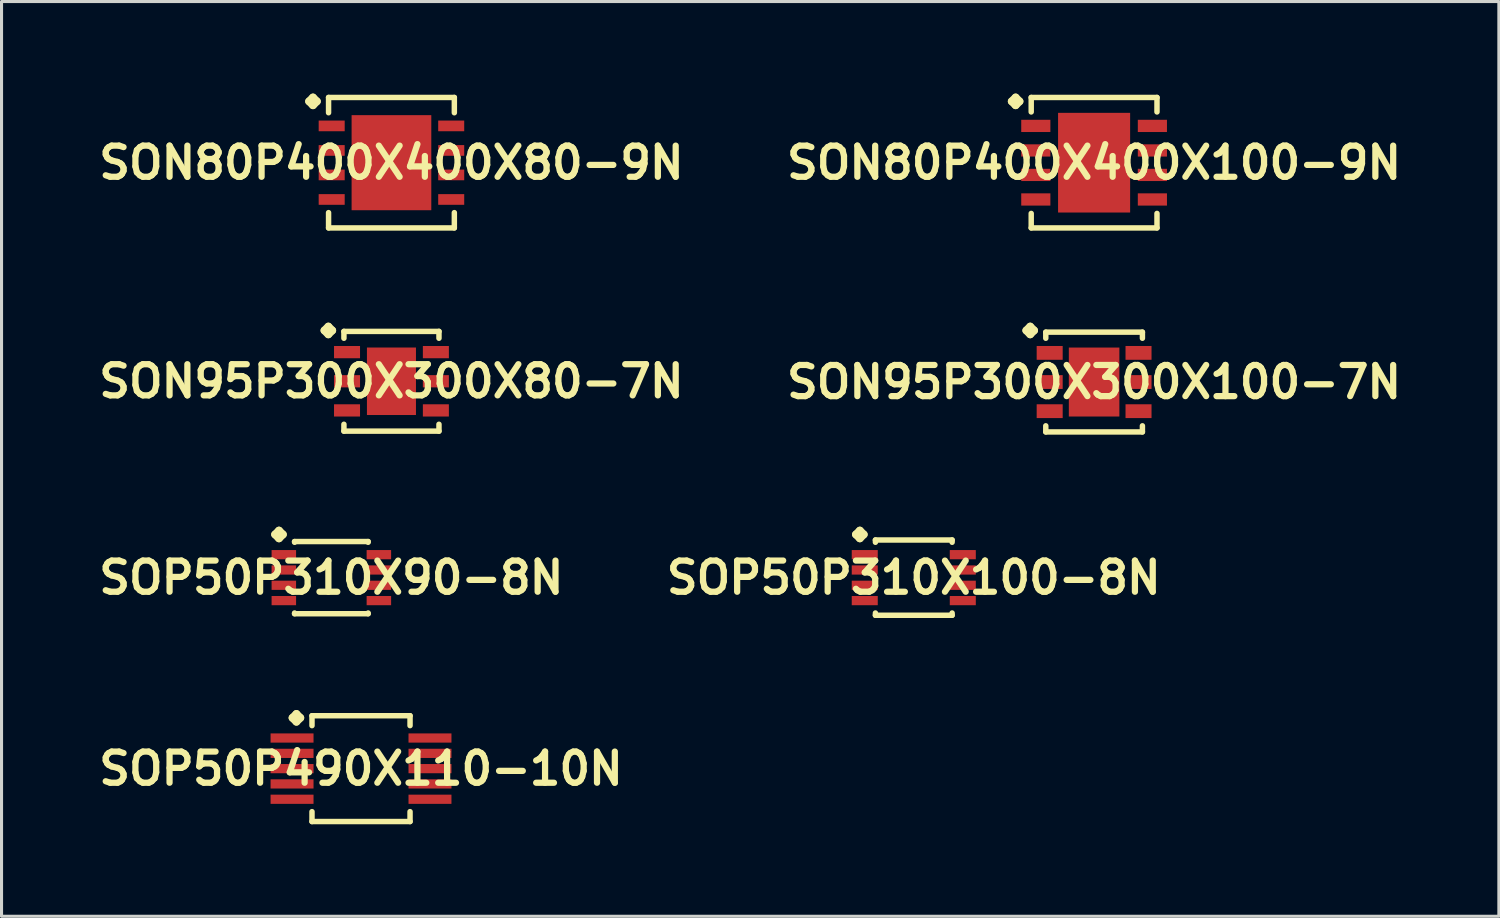
<source format=kicad_pcb>
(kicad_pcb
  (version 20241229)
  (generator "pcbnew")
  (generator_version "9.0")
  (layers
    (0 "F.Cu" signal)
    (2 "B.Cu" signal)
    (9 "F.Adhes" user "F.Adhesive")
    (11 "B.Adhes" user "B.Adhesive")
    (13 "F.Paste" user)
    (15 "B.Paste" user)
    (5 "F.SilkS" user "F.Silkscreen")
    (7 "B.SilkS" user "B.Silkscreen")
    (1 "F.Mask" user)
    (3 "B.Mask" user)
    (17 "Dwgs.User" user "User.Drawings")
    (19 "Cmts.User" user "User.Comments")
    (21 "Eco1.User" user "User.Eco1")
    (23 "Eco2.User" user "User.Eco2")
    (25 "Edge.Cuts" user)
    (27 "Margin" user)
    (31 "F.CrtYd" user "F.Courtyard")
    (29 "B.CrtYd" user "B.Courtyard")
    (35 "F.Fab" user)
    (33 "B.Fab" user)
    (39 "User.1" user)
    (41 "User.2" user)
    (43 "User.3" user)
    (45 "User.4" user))
  (footprint "SOP50P310X100-8N"
    (layer "F.Cu")
    (at 26.736 15.779)
    (property "Reference" "SOP50P310X100-8N" (at 0 0 0) (layer "F.SilkS") (effects (font (size 1.016 1.016) (thickness 0.203))))
    (attr smd)
    (fp_line (start -1.885 -1.407) (end -1.758 -1.534) (stroke (width 0.254) (type solid)) (layer "F.SilkS"))
    (fp_line (start -1.758 -1.534) (end -1.631 -1.407) (stroke (width 0.254) (type solid)) (layer "F.SilkS"))
    (fp_line (start -1.758 -1.28) (end -1.885 -1.407) (stroke (width 0.254) (type solid)) (layer "F.SilkS"))
    (fp_line (start -1.631 -1.407) (end -1.758 -1.28) (stroke (width 0.254) (type solid)) (layer "F.SilkS"))
    (fp_line (start -1.25 -1.227) (end 1.25 -1.227) (stroke (width 0.178) (type solid)) (layer "F.SilkS"))
    (fp_line (start -1.25 -1.153) (end -1.25 -1.227) (stroke (width 0.178) (type solid)) (layer "F.SilkS"))
    (fp_line (start -1.25 1.153) (end -1.25 1.227) (stroke (width 0.178) (type solid)) (layer "F.SilkS"))
    (fp_line (start -1.25 1.227) (end 1.25 1.227) (stroke (width 0.178) (type solid)) (layer "F.SilkS"))
    (fp_line (start 1.25 -1.227) (end 1.25 -1.153) (stroke (width 0.178) (type solid)) (layer "F.SilkS"))
    (fp_line (start 1.25 1.227) (end 1.25 1.153) (stroke (width 0.178) (type solid)) (layer "F.SilkS"))
    (pad "1" smd rect (at -1.598 -0.749) (size 0.848 0.3) (layers "F.Cu" "F.Mask" "F.Paste"))
    (pad "2" smd rect (at -1.598 -0.249) (size 0.848 0.3) (layers "F.Cu" "F.Mask" "F.Paste"))
    (pad "3" smd rect (at -1.598 0.249) (size 0.848 0.3) (layers "F.Cu" "F.Mask" "F.Paste"))
    (pad "4" smd rect (at -1.598 0.749) (size 0.848 0.3) (layers "F.Cu" "F.Mask" "F.Paste"))
    (pad "5" smd rect (at 1.598 0.749) (size 0.848 0.3) (layers "F.Cu" "F.Mask" "F.Paste"))
    (pad "6" smd rect (at 1.598 0.249) (size 0.848 0.3) (layers "F.Cu" "F.Mask" "F.Paste"))
    (pad "7" smd rect (at 1.598 -0.249) (size 0.848 0.3) (layers "F.Cu" "F.Mask" "F.Paste"))
    (pad "8" smd rect (at 1.598 -0.749) (size 0.848 0.3) (layers "F.Cu" "F.Mask" "F.Paste")))
  (footprint "SON80P400X400X80-9N"
    (layer "F.Cu")
    (at 9.71 2.253)
    (property "Reference" "SON80P400X400X80-9N" (at 0 0 0) (layer "F.SilkS") (effects (font (size 1.016 1.016) (thickness 0.203))))
    (attr smd)
    (fp_line (start -2.685 -1.999) (end -2.558 -2.126) (stroke (width 0.254) (type solid)) (layer "F.SilkS"))
    (fp_line (start -2.558 -2.126) (end -2.431 -1.999) (stroke (width 0.254) (type solid)) (layer "F.SilkS"))
    (fp_line (start -2.558 -1.872) (end -2.685 -1.999) (stroke (width 0.254) (type solid)) (layer "F.SilkS"))
    (fp_line (start -2.431 -1.999) (end -2.558 -1.872) (stroke (width 0.254) (type solid)) (layer "F.SilkS"))
    (fp_line (start -2.05 -2.126) (end 2.05 -2.126) (stroke (width 0.178) (type solid)) (layer "F.SilkS"))
    (fp_line (start -2.05 -1.628) (end -2.05 -2.126) (stroke (width 0.178) (type solid)) (layer "F.SilkS"))
    (fp_line (start -2.05 1.628) (end -2.05 2.126) (stroke (width 0.178) (type solid)) (layer "F.SilkS"))
    (fp_line (start -2.05 2.126) (end 2.05 2.126) (stroke (width 0.178) (type solid)) (layer "F.SilkS"))
    (fp_line (start 2.05 -2.126) (end 2.05 -1.628) (stroke (width 0.178) (type solid)) (layer "F.SilkS"))
    (fp_line (start 2.05 2.126) (end 2.05 1.628) (stroke (width 0.178) (type solid)) (layer "F.SilkS"))
    (pad "1" smd rect (at -1.948 -1.199) (size 0.848 0.348) (layers "F.Cu" "F.Mask" "F.Paste"))
    (pad "2" smd rect (at -1.948 -0.399) (size 0.848 0.348) (layers "F.Cu" "F.Mask" "F.Paste"))
    (pad "3" smd rect (at -1.948 0.399) (size 0.848 0.348) (layers "F.Cu" "F.Mask" "F.Paste"))
    (pad "4" smd rect (at -1.948 1.199) (size 0.848 0.348) (layers "F.Cu" "F.Mask" "F.Paste"))
    (pad "5" smd rect (at 1.948 1.199) (size 0.848 0.348) (layers "F.Cu" "F.Mask" "F.Paste"))
    (pad "6" smd rect (at 1.948 0.399) (size 0.848 0.348) (layers "F.Cu" "F.Mask" "F.Paste"))
    (pad "7" smd rect (at 1.948 -0.399) (size 0.848 0.348) (layers "F.Cu" "F.Mask" "F.Paste"))
    (pad "8" smd rect (at 1.948 -1.199) (size 0.848 0.348) (layers "F.Cu" "F.Mask" "F.Paste"))
    (pad "9" smd rect (at 0 0) (size 2.598 3.099) (layers "F.Cu" "F.Mask" "F.Paste")))
  (footprint "SOP50P490X110-10N"
    (layer "F.Cu")
    (at 8.718 22.005)
    (property "Reference" "SOP50P490X110-10N" (at 0 0 0) (layer "F.SilkS") (effects (font (size 1.016 1.016) (thickness 0.203))))
    (attr smd)
    (fp_line (start -2.233 -1.656) (end -2.106 -1.783) (stroke (width 0.254) (type solid)) (layer "F.SilkS"))
    (fp_line (start -2.106 -1.783) (end -1.979 -1.656) (stroke (width 0.254) (type solid)) (layer "F.SilkS"))
    (fp_line (start -2.106 -1.529) (end -2.233 -1.656) (stroke (width 0.254) (type solid)) (layer "F.SilkS"))
    (fp_line (start -1.979 -1.656) (end -2.106 -1.529) (stroke (width 0.254) (type solid)) (layer "F.SilkS"))
    (fp_line (start -1.598 -1.725) (end 1.598 -1.725) (stroke (width 0.178) (type solid)) (layer "F.SilkS"))
    (fp_line (start -1.598 -1.402) (end -1.598 -1.725) (stroke (width 0.178) (type solid)) (layer "F.SilkS"))
    (fp_line (start -1.598 1.402) (end -1.598 1.725) (stroke (width 0.178) (type solid)) (layer "F.SilkS"))
    (fp_line (start -1.598 1.725) (end 1.598 1.725) (stroke (width 0.178) (type solid)) (layer "F.SilkS"))
    (fp_line (start 1.598 -1.725) (end 1.598 -1.402) (stroke (width 0.178) (type solid)) (layer "F.SilkS"))
    (fp_line (start 1.598 1.725) (end 1.598 1.402) (stroke (width 0.178) (type solid)) (layer "F.SilkS"))
    (pad "1" smd rect (at -2.248 -0.998) (size 1.4 0.3) (layers "F.Cu" "F.Mask" "F.Paste"))
    (pad "2" smd rect (at -2.248 -0.498) (size 1.4 0.3) (layers "F.Cu" "F.Mask" "F.Paste"))
    (pad "3" smd rect (at -2.248 0) (size 1.4 0.3) (layers "F.Cu" "F.Mask" "F.Paste"))
    (pad "4" smd rect (at -2.248 0.498) (size 1.4 0.3) (layers "F.Cu" "F.Mask" "F.Paste"))
    (pad "5" smd rect (at -2.248 0.998) (size 1.4 0.3) (layers "F.Cu" "F.Mask" "F.Paste"))
    (pad "6" smd rect (at 2.248 0.998) (size 1.4 0.3) (layers "F.Cu" "F.Mask" "F.Paste"))
    (pad "7" smd rect (at 2.248 0.498) (size 1.4 0.3) (layers "F.Cu" "F.Mask" "F.Paste"))
    (pad "8" smd rect (at 2.248 0) (size 1.4 0.3) (layers "F.Cu" "F.Mask" "F.Paste"))
    (pad "9" smd rect (at 2.248 -0.498) (size 1.4 0.3) (layers "F.Cu" "F.Mask" "F.Paste"))
    (pad "10" smd rect (at 2.248 -0.998) (size 1.4 0.3) (layers "F.Cu" "F.Mask" "F.Paste")))
  (footprint "SON95P300X300X100-7N"
    (layer "F.Cu")
    (at 32.614 9.403)
    (property "Reference" "SON95P300X300X100-7N" (at 0 0 0) (layer "F.SilkS") (effects (font (size 1.016 1.016) (thickness 0.203))))
    (attr smd)
    (fp_line (start -2.21 -1.681) (end -2.083 -1.808) (stroke (width 0.254) (type solid)) (layer "F.SilkS"))
    (fp_line (start -2.083 -1.808) (end -1.956 -1.681) (stroke (width 0.254) (type solid)) (layer "F.SilkS"))
    (fp_line (start -2.083 -1.554) (end -2.21 -1.681) (stroke (width 0.254) (type solid)) (layer "F.SilkS"))
    (fp_line (start -1.956 -1.681) (end -2.083 -1.554) (stroke (width 0.254) (type solid)) (layer "F.SilkS"))
    (fp_line (start -1.575 -1.626) (end 1.575 -1.626) (stroke (width 0.178) (type solid)) (layer "F.SilkS"))
    (fp_line (start -1.575 -1.427) (end -1.575 -1.626) (stroke (width 0.178) (type solid)) (layer "F.SilkS"))
    (fp_line (start -1.575 1.427) (end -1.575 1.626) (stroke (width 0.178) (type solid)) (layer "F.SilkS"))
    (fp_line (start -1.575 1.626) (end 1.575 1.626) (stroke (width 0.178) (type solid)) (layer "F.SilkS"))
    (fp_line (start 1.575 -1.626) (end 1.575 -1.427) (stroke (width 0.178) (type solid)) (layer "F.SilkS"))
    (fp_line (start 1.575 1.626) (end 1.575 1.427) (stroke (width 0.178) (type solid)) (layer "F.SilkS"))
    (pad "1" smd rect (at -1.448 -0.95) (size 0.848 0.45) (layers "F.Cu" "F.Mask" "F.Paste"))
    (pad "2" smd rect (at -1.448 0) (size 0.848 0.45) (layers "F.Cu" "F.Mask" "F.Paste"))
    (pad "3" smd rect (at -1.448 0.95) (size 0.848 0.45) (layers "F.Cu" "F.Mask" "F.Paste"))
    (pad "4" smd rect (at 1.448 0.95) (size 0.848 0.45) (layers "F.Cu" "F.Mask" "F.Paste"))
    (pad "5" smd rect (at 1.448 0) (size 0.848 0.45) (layers "F.Cu" "F.Mask" "F.Paste"))
    (pad "6" smd rect (at 1.448 -0.95) (size 0.848 0.45) (layers "F.Cu" "F.Mask" "F.Paste"))
    (pad "7" smd rect (at 0 0) (size 1.648 2.248) (layers "F.Cu" "F.Mask" "F.Paste")))
  (footprint "SON80P400X400X100-9N"
    (layer "F.Cu")
    (at 32.614 2.253)
    (property "Reference" "SON80P400X400X100-9N" (at 0 0 0) (layer "F.SilkS") (effects (font (size 1.016 1.016) (thickness 0.203))))
    (attr smd)
    (fp_line (start -2.685 -1.999) (end -2.558 -2.126) (stroke (width 0.254) (type solid)) (layer "F.SilkS"))
    (fp_line (start -2.558 -2.126) (end -2.431 -1.999) (stroke (width 0.254) (type solid)) (layer "F.SilkS"))
    (fp_line (start -2.558 -1.872) (end -2.685 -1.999) (stroke (width 0.254) (type solid)) (layer "F.SilkS"))
    (fp_line (start -2.431 -1.999) (end -2.558 -1.872) (stroke (width 0.254) (type solid)) (layer "F.SilkS"))
    (fp_line (start -2.05 -2.126) (end 2.05 -2.126) (stroke (width 0.178) (type solid)) (layer "F.SilkS"))
    (fp_line (start -2.05 -1.654) (end -2.05 -2.126) (stroke (width 0.178) (type solid)) (layer "F.SilkS"))
    (fp_line (start -2.05 1.654) (end -2.05 2.126) (stroke (width 0.178) (type solid)) (layer "F.SilkS"))
    (fp_line (start -2.05 2.126) (end 2.05 2.126) (stroke (width 0.178) (type solid)) (layer "F.SilkS"))
    (fp_line (start 2.05 -2.126) (end 2.05 -1.654) (stroke (width 0.178) (type solid)) (layer "F.SilkS"))
    (fp_line (start 2.05 2.126) (end 2.05 1.654) (stroke (width 0.178) (type solid)) (layer "F.SilkS"))
    (pad "1" smd rect (at -1.9 -1.199) (size 0.95 0.399) (layers "F.Cu" "F.Mask" "F.Paste"))
    (pad "2" smd rect (at -1.9 -0.399) (size 0.95 0.399) (layers "F.Cu" "F.Mask" "F.Paste"))
    (pad "3" smd rect (at -1.9 0.399) (size 0.95 0.399) (layers "F.Cu" "F.Mask" "F.Paste"))
    (pad "4" smd rect (at -1.9 1.199) (size 0.95 0.399) (layers "F.Cu" "F.Mask" "F.Paste"))
    (pad "5" smd rect (at 1.9 1.199) (size 0.95 0.399) (layers "F.Cu" "F.Mask" "F.Paste"))
    (pad "6" smd rect (at 1.9 0.399) (size 0.95 0.399) (layers "F.Cu" "F.Mask" "F.Paste"))
    (pad "7" smd rect (at 1.9 -0.399) (size 0.95 0.399) (layers "F.Cu" "F.Mask" "F.Paste"))
    (pad "8" smd rect (at 1.9 -1.199) (size 0.95 0.399) (layers "F.Cu" "F.Mask" "F.Paste"))
    (pad "9" smd rect (at 0 0) (size 2.349 3.249) (layers "F.Cu" "F.Mask" "F.Paste")))
  (footprint "SOP50P310X90-8N"
    (layer "F.Cu")
    (at 7.751 15.779)
    (property "Reference" "SOP50P310X90-8N" (at 0 0 0) (layer "F.SilkS") (effects (font (size 1.016 1.016) (thickness 0.203))))
    (attr smd)
    (fp_line (start -1.834 -1.407) (end -1.707 -1.534) (stroke (width 0.254) (type solid)) (layer "F.SilkS"))
    (fp_line (start -1.707 -1.534) (end -1.58 -1.407) (stroke (width 0.254) (type solid)) (layer "F.SilkS"))
    (fp_line (start -1.707 -1.28) (end -1.834 -1.407) (stroke (width 0.254) (type solid)) (layer "F.SilkS"))
    (fp_line (start -1.58 -1.407) (end -1.707 -1.28) (stroke (width 0.254) (type solid)) (layer "F.SilkS"))
    (fp_line (start -1.199 -1.176) (end 1.199 -1.176) (stroke (width 0.178) (type solid)) (layer "F.SilkS"))
    (fp_line (start -1.199 -1.153) (end -1.199 -1.176) (stroke (width 0.178) (type solid)) (layer "F.SilkS"))
    (fp_line (start -1.199 1.153) (end -1.199 1.176) (stroke (width 0.178) (type solid)) (layer "F.SilkS"))
    (fp_line (start -1.199 1.176) (end 1.199 1.176) (stroke (width 0.178) (type solid)) (layer "F.SilkS"))
    (fp_line (start 1.199 -1.176) (end 1.199 -1.153) (stroke (width 0.178) (type solid)) (layer "F.SilkS"))
    (fp_line (start 1.199 1.176) (end 1.199 1.153) (stroke (width 0.178) (type solid)) (layer "F.SilkS"))
    (pad "1" smd rect (at -1.549 -0.749) (size 0.798 0.3) (layers "F.Cu" "F.Mask" "F.Paste"))
    (pad "2" smd rect (at -1.549 -0.249) (size 0.798 0.3) (layers "F.Cu" "F.Mask" "F.Paste"))
    (pad "3" smd rect (at -1.549 0.249) (size 0.798 0.3) (layers "F.Cu" "F.Mask" "F.Paste"))
    (pad "4" smd rect (at -1.549 0.749) (size 0.798 0.3) (layers "F.Cu" "F.Mask" "F.Paste"))
    (pad "5" smd rect (at 1.549 0.749) (size 0.798 0.3) (layers "F.Cu" "F.Mask" "F.Paste"))
    (pad "6" smd rect (at 1.549 0.249) (size 0.798 0.3) (layers "F.Cu" "F.Mask" "F.Paste"))
    (pad "7" smd rect (at 1.549 -0.249) (size 0.798 0.3) (layers "F.Cu" "F.Mask" "F.Paste"))
    (pad "8" smd rect (at 1.549 -0.749) (size 0.798 0.3) (layers "F.Cu" "F.Mask" "F.Paste")))
  (footprint "SON95P300X300X80-7N"
    (layer "F.Cu")
    (at 9.71 9.378)
    (property "Reference" "SON95P300X300X80-7N" (at 0 0 0) (layer "F.SilkS") (effects (font (size 1.016 1.016) (thickness 0.203))))
    (attr smd)
    (fp_line (start -2.184 -1.656) (end -2.057 -1.783) (stroke (width 0.254) (type solid)) (layer "F.SilkS"))
    (fp_line (start -2.057 -1.783) (end -1.93 -1.656) (stroke (width 0.254) (type solid)) (layer "F.SilkS"))
    (fp_line (start -2.057 -1.529) (end -2.184 -1.656) (stroke (width 0.254) (type solid)) (layer "F.SilkS"))
    (fp_line (start -1.93 -1.656) (end -2.057 -1.529) (stroke (width 0.254) (type solid)) (layer "F.SilkS"))
    (fp_line (start -1.549 -1.626) (end 1.549 -1.626) (stroke (width 0.178) (type solid)) (layer "F.SilkS"))
    (fp_line (start -1.549 -1.402) (end -1.549 -1.626) (stroke (width 0.178) (type solid)) (layer "F.SilkS"))
    (fp_line (start -1.549 1.402) (end -1.549 1.626) (stroke (width 0.178) (type solid)) (layer "F.SilkS"))
    (fp_line (start -1.549 1.626) (end 1.549 1.626) (stroke (width 0.178) (type solid)) (layer "F.SilkS"))
    (fp_line (start 1.549 -1.626) (end 1.549 -1.402) (stroke (width 0.178) (type solid)) (layer "F.SilkS"))
    (fp_line (start 1.549 1.626) (end 1.549 1.402) (stroke (width 0.178) (type solid)) (layer "F.SilkS"))
    (pad "1" smd rect (at -1.448 -0.95) (size 0.848 0.399) (layers "F.Cu" "F.Mask" "F.Paste"))
    (pad "2" smd rect (at -1.448 0) (size 0.848 0.399) (layers "F.Cu" "F.Mask" "F.Paste"))
    (pad "3" smd rect (at -1.448 0.95) (size 0.848 0.399) (layers "F.Cu" "F.Mask" "F.Paste"))
    (pad "4" smd rect (at 1.448 0.95) (size 0.848 0.399) (layers "F.Cu" "F.Mask" "F.Paste"))
    (pad "5" smd rect (at 1.448 0) (size 0.848 0.399) (layers "F.Cu" "F.Mask" "F.Paste"))
    (pad "6" smd rect (at 1.448 -0.95) (size 0.848 0.399) (layers "F.Cu" "F.Mask" "F.Paste"))
    (pad "7" smd rect (at 0 0) (size 1.598 2.2) (layers "F.Cu" "F.Mask" "F.Paste")))
  (gr_rect
    (start -3 -3)
    (end 45.808 26.818)
    (stroke (width 0.1) (type default))
    (fill no)
    (layer "Edge.Cuts")))
</source>
